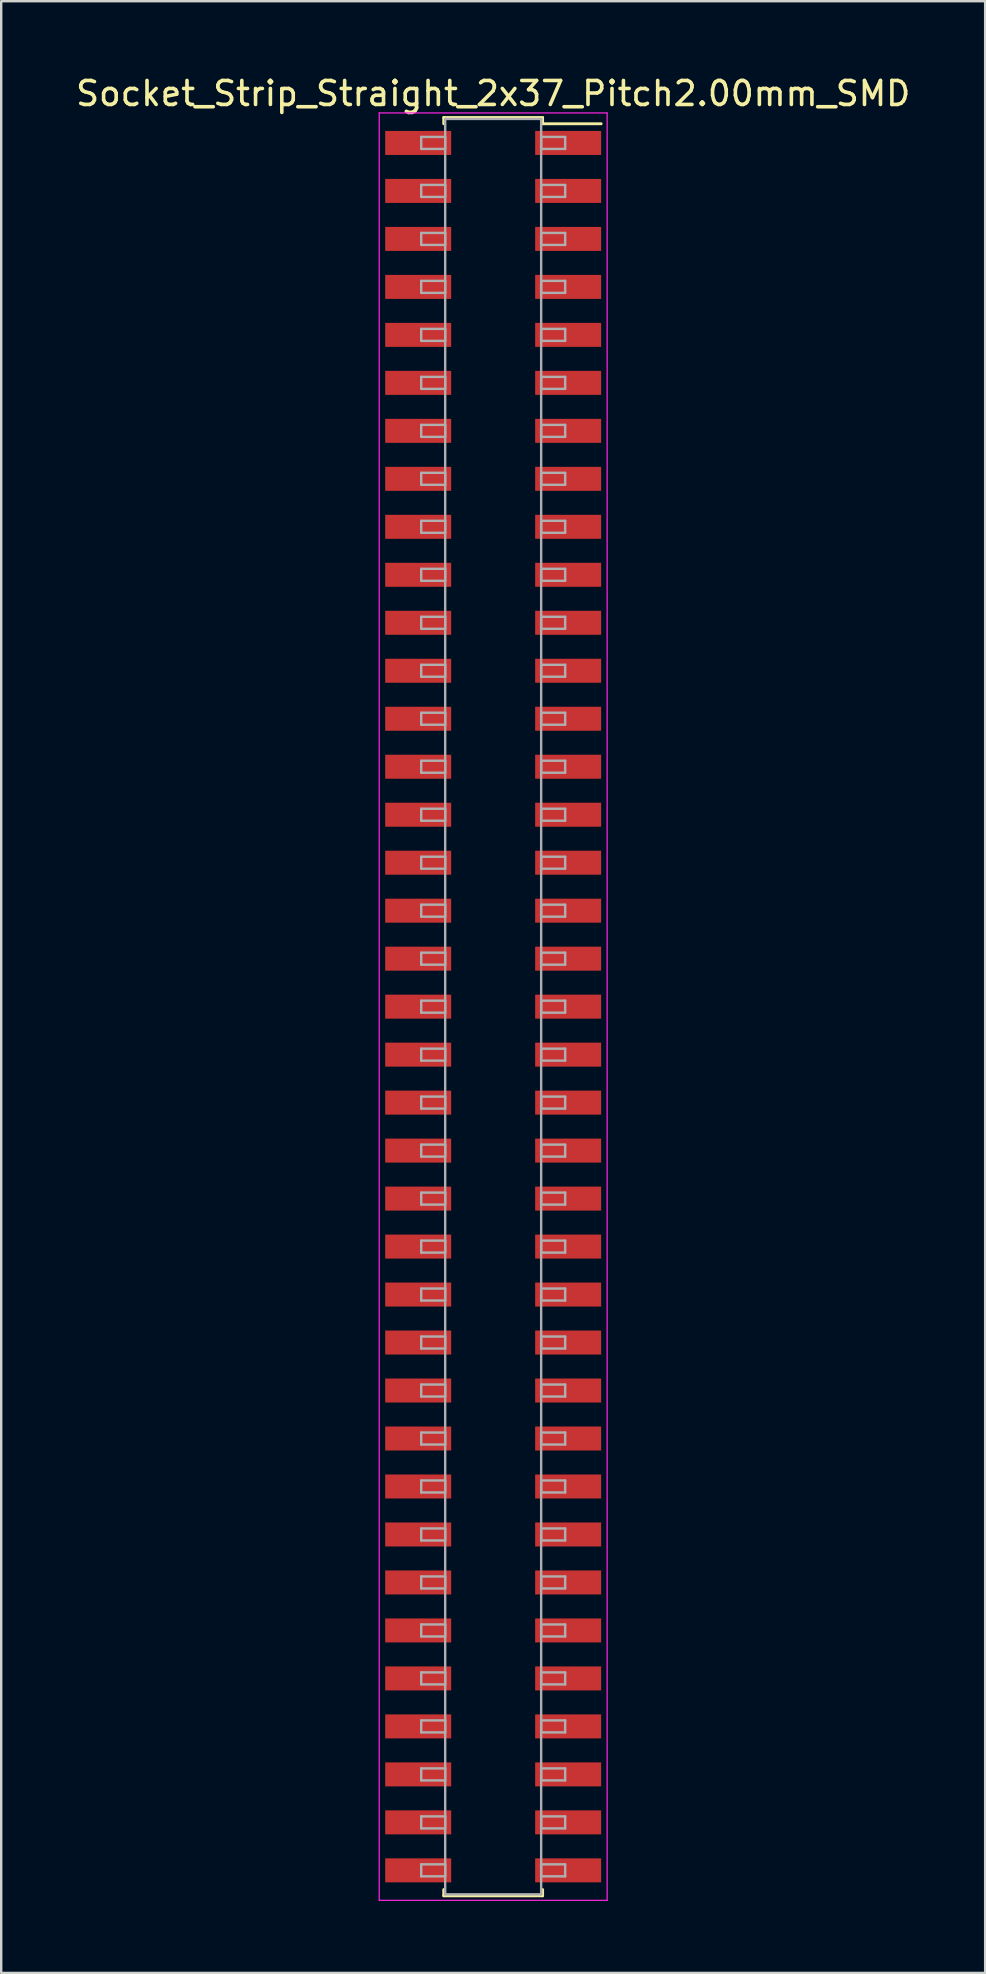
<source format=kicad_pcb>
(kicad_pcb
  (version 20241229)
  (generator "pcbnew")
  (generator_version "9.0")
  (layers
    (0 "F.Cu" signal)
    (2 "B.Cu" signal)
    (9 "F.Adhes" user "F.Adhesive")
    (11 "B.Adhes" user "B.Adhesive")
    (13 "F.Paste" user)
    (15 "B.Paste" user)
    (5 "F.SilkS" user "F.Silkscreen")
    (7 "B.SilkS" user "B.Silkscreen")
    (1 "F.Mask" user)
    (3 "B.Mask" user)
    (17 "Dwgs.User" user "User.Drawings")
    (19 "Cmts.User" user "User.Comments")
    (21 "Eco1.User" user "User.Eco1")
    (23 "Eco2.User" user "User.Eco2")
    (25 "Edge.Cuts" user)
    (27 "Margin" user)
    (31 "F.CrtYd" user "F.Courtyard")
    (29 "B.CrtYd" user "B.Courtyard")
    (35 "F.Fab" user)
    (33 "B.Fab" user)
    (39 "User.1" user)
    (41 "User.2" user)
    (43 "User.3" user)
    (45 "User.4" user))
  (footprint "Socket_Strip_Straight_2x37_Pitch2.00mm_SMD"
    (layer "F.Cu")
    (at 17.506 38.908)
    (property "Reference" "Socket_Strip_Straight_2x37_Pitch2.00mm_SMD" (at 0 -38.06 0) (layer "F.SilkS") (effects (font (size 1 1) (thickness 0.15))))
    (attr smd)
    (fp_line (start -2.06 -37.06) (end 2.06 -37.06) (stroke (width 0.12) (type solid)) (layer "F.SilkS"))
    (fp_line (start -2.06 -36.8) (end -2.06 -37.06) (stroke (width 0.12) (type solid)) (layer "F.SilkS"))
    (fp_line (start -2.06 36.8) (end -2.06 37.06) (stroke (width 0.12) (type solid)) (layer "F.SilkS"))
    (fp_line (start -2.06 37.06) (end 2.06 37.06) (stroke (width 0.12) (type solid)) (layer "F.SilkS"))
    (fp_line (start 2.06 -37.06) (end 2.06 -36.8) (stroke (width 0.12) (type solid)) (layer "F.SilkS"))
    (fp_line (start 2.06 37.06) (end 2.06 36.8) (stroke (width 0.12) (type solid)) (layer "F.SilkS"))
    (fp_line (start 4.5 -36.8) (end 2.06 -36.8) (stroke (width 0.12) (type solid)) (layer "F.SilkS"))
    (fp_line (start -4.75 -37.25) (end -4.75 37.25) (stroke (width 0.05) (type solid)) (layer "F.CrtYd"))
    (fp_line (start -4.75 37.25) (end 4.75 37.25) (stroke (width 0.05) (type solid)) (layer "F.CrtYd"))
    (fp_line (start 4.75 -37.25) (end -4.75 -37.25) (stroke (width 0.05) (type solid)) (layer "F.CrtYd"))
    (fp_line (start 4.75 37.25) (end 4.75 -37.25) (stroke (width 0.05) (type solid)) (layer "F.CrtYd"))
    (fp_line (start -3 -36.25) (end -2 -36.25) (stroke (width 0.1) (type solid)) (layer "F.Fab"))
    (fp_line (start -3 -35.75) (end -3 -36.25) (stroke (width 0.1) (type solid)) (layer "F.Fab"))
    (fp_line (start -3 -34.25) (end -2 -34.25) (stroke (width 0.1) (type solid)) (layer "F.Fab"))
    (fp_line (start -3 -33.75) (end -3 -34.25) (stroke (width 0.1) (type solid)) (layer "F.Fab"))
    (fp_line (start -3 -32.25) (end -2 -32.25) (stroke (width 0.1) (type solid)) (layer "F.Fab"))
    (fp_line (start -3 -31.75) (end -3 -32.25) (stroke (width 0.1) (type solid)) (layer "F.Fab"))
    (fp_line (start -3 -30.25) (end -2 -30.25) (stroke (width 0.1) (type solid)) (layer "F.Fab"))
    (fp_line (start -3 -29.75) (end -3 -30.25) (stroke (width 0.1) (type solid)) (layer "F.Fab"))
    (fp_line (start -3 -28.25) (end -2 -28.25) (stroke (width 0.1) (type solid)) (layer "F.Fab"))
    (fp_line (start -3 -27.75) (end -3 -28.25) (stroke (width 0.1) (type solid)) (layer "F.Fab"))
    (fp_line (start -3 -26.25) (end -2 -26.25) (stroke (width 0.1) (type solid)) (layer "F.Fab"))
    (fp_line (start -3 -25.75) (end -3 -26.25) (stroke (width 0.1) (type solid)) (layer "F.Fab"))
    (fp_line (start -3 -24.25) (end -2 -24.25) (stroke (width 0.1) (type solid)) (layer "F.Fab"))
    (fp_line (start -3 -23.75) (end -3 -24.25) (stroke (width 0.1) (type solid)) (layer "F.Fab"))
    (fp_line (start -3 -22.25) (end -2 -22.25) (stroke (width 0.1) (type solid)) (layer "F.Fab"))
    (fp_line (start -3 -21.75) (end -3 -22.25) (stroke (width 0.1) (type solid)) (layer "F.Fab"))
    (fp_line (start -3 -20.25) (end -2 -20.25) (stroke (width 0.1) (type solid)) (layer "F.Fab"))
    (fp_line (start -3 -19.75) (end -3 -20.25) (stroke (width 0.1) (type solid)) (layer "F.Fab"))
    (fp_line (start -3 -18.25) (end -2 -18.25) (stroke (width 0.1) (type solid)) (layer "F.Fab"))
    (fp_line (start -3 -17.75) (end -3 -18.25) (stroke (width 0.1) (type solid)) (layer "F.Fab"))
    (fp_line (start -3 -16.25) (end -2 -16.25) (stroke (width 0.1) (type solid)) (layer "F.Fab"))
    (fp_line (start -3 -15.75) (end -3 -16.25) (stroke (width 0.1) (type solid)) (layer "F.Fab"))
    (fp_line (start -3 -14.25) (end -2 -14.25) (stroke (width 0.1) (type solid)) (layer "F.Fab"))
    (fp_line (start -3 -13.75) (end -3 -14.25) (stroke (width 0.1) (type solid)) (layer "F.Fab"))
    (fp_line (start -3 -12.25) (end -2 -12.25) (stroke (width 0.1) (type solid)) (layer "F.Fab"))
    (fp_line (start -3 -11.75) (end -3 -12.25) (stroke (width 0.1) (type solid)) (layer "F.Fab"))
    (fp_line (start -3 -10.25) (end -2 -10.25) (stroke (width 0.1) (type solid)) (layer "F.Fab"))
    (fp_line (start -3 -9.75) (end -3 -10.25) (stroke (width 0.1) (type solid)) (layer "F.Fab"))
    (fp_line (start -3 -8.25) (end -2 -8.25) (stroke (width 0.1) (type solid)) (layer "F.Fab"))
    (fp_line (start -3 -7.75) (end -3 -8.25) (stroke (width 0.1) (type solid)) (layer "F.Fab"))
    (fp_line (start -3 -6.25) (end -2 -6.25) (stroke (width 0.1) (type solid)) (layer "F.Fab"))
    (fp_line (start -3 -5.75) (end -3 -6.25) (stroke (width 0.1) (type solid)) (layer "F.Fab"))
    (fp_line (start -3 -4.25) (end -2 -4.25) (stroke (width 0.1) (type solid)) (layer "F.Fab"))
    (fp_line (start -3 -3.75) (end -3 -4.25) (stroke (width 0.1) (type solid)) (layer "F.Fab"))
    (fp_line (start -3 -2.25) (end -2 -2.25) (stroke (width 0.1) (type solid)) (layer "F.Fab"))
    (fp_line (start -3 -1.75) (end -3 -2.25) (stroke (width 0.1) (type solid)) (layer "F.Fab"))
    (fp_line (start -3 -0.25) (end -2 -0.25) (stroke (width 0.1) (type solid)) (layer "F.Fab"))
    (fp_line (start -3 0.25) (end -3 -0.25) (stroke (width 0.1) (type solid)) (layer "F.Fab"))
    (fp_line (start -3 1.75) (end -2 1.75) (stroke (width 0.1) (type solid)) (layer "F.Fab"))
    (fp_line (start -3 2.25) (end -3 1.75) (stroke (width 0.1) (type solid)) (layer "F.Fab"))
    (fp_line (start -3 3.75) (end -2 3.75) (stroke (width 0.1) (type solid)) (layer "F.Fab"))
    (fp_line (start -3 4.25) (end -3 3.75) (stroke (width 0.1) (type solid)) (layer "F.Fab"))
    (fp_line (start -3 5.75) (end -2 5.75) (stroke (width 0.1) (type solid)) (layer "F.Fab"))
    (fp_line (start -3 6.25) (end -3 5.75) (stroke (width 0.1) (type solid)) (layer "F.Fab"))
    (fp_line (start -3 7.75) (end -2 7.75) (stroke (width 0.1) (type solid)) (layer "F.Fab"))
    (fp_line (start -3 8.25) (end -3 7.75) (stroke (width 0.1) (type solid)) (layer "F.Fab"))
    (fp_line (start -3 9.75) (end -2 9.75) (stroke (width 0.1) (type solid)) (layer "F.Fab"))
    (fp_line (start -3 10.25) (end -3 9.75) (stroke (width 0.1) (type solid)) (layer "F.Fab"))
    (fp_line (start -3 11.75) (end -2 11.75) (stroke (width 0.1) (type solid)) (layer "F.Fab"))
    (fp_line (start -3 12.25) (end -3 11.75) (stroke (width 0.1) (type solid)) (layer "F.Fab"))
    (fp_line (start -3 13.75) (end -2 13.75) (stroke (width 0.1) (type solid)) (layer "F.Fab"))
    (fp_line (start -3 14.25) (end -3 13.75) (stroke (width 0.1) (type solid)) (layer "F.Fab"))
    (fp_line (start -3 15.75) (end -2 15.75) (stroke (width 0.1) (type solid)) (layer "F.Fab"))
    (fp_line (start -3 16.25) (end -3 15.75) (stroke (width 0.1) (type solid)) (layer "F.Fab"))
    (fp_line (start -3 17.75) (end -2 17.75) (stroke (width 0.1) (type solid)) (layer "F.Fab"))
    (fp_line (start -3 18.25) (end -3 17.75) (stroke (width 0.1) (type solid)) (layer "F.Fab"))
    (fp_line (start -3 19.75) (end -2 19.75) (stroke (width 0.1) (type solid)) (layer "F.Fab"))
    (fp_line (start -3 20.25) (end -3 19.75) (stroke (width 0.1) (type solid)) (layer "F.Fab"))
    (fp_line (start -3 21.75) (end -2 21.75) (stroke (width 0.1) (type solid)) (layer "F.Fab"))
    (fp_line (start -3 22.25) (end -3 21.75) (stroke (width 0.1) (type solid)) (layer "F.Fab"))
    (fp_line (start -3 23.75) (end -2 23.75) (stroke (width 0.1) (type solid)) (layer "F.Fab"))
    (fp_line (start -3 24.25) (end -3 23.75) (stroke (width 0.1) (type solid)) (layer "F.Fab"))
    (fp_line (start -3 25.75) (end -2 25.75) (stroke (width 0.1) (type solid)) (layer "F.Fab"))
    (fp_line (start -3 26.25) (end -3 25.75) (stroke (width 0.1) (type solid)) (layer "F.Fab"))
    (fp_line (start -3 27.75) (end -2 27.75) (stroke (width 0.1) (type solid)) (layer "F.Fab"))
    (fp_line (start -3 28.25) (end -3 27.75) (stroke (width 0.1) (type solid)) (layer "F.Fab"))
    (fp_line (start -3 29.75) (end -2 29.75) (stroke (width 0.1) (type solid)) (layer "F.Fab"))
    (fp_line (start -3 30.25) (end -3 29.75) (stroke (width 0.1) (type solid)) (layer "F.Fab"))
    (fp_line (start -3 31.75) (end -2 31.75) (stroke (width 0.1) (type solid)) (layer "F.Fab"))
    (fp_line (start -3 32.25) (end -3 31.75) (stroke (width 0.1) (type solid)) (layer "F.Fab"))
    (fp_line (start -3 33.75) (end -2 33.75) (stroke (width 0.1) (type solid)) (layer "F.Fab"))
    (fp_line (start -3 34.25) (end -3 33.75) (stroke (width 0.1) (type solid)) (layer "F.Fab"))
    (fp_line (start -3 35.75) (end -2 35.75) (stroke (width 0.1) (type solid)) (layer "F.Fab"))
    (fp_line (start -3 36.25) (end -3 35.75) (stroke (width 0.1) (type solid)) (layer "F.Fab"))
    (fp_line (start -2 -37) (end -2 37) (stroke (width 0.1) (type solid)) (layer "F.Fab"))
    (fp_line (start -2 -36.25) (end -2 -35.75) (stroke (width 0.1) (type solid)) (layer "F.Fab"))
    (fp_line (start -2 -35.75) (end -3 -35.75) (stroke (width 0.1) (type solid)) (layer "F.Fab"))
    (fp_line (start -2 -34.25) (end -2 -33.75) (stroke (width 0.1) (type solid)) (layer "F.Fab"))
    (fp_line (start -2 -33.75) (end -3 -33.75) (stroke (width 0.1) (type solid)) (layer "F.Fab"))
    (fp_line (start -2 -32.25) (end -2 -31.75) (stroke (width 0.1) (type solid)) (layer "F.Fab"))
    (fp_line (start -2 -31.75) (end -3 -31.75) (stroke (width 0.1) (type solid)) (layer "F.Fab"))
    (fp_line (start -2 -30.25) (end -2 -29.75) (stroke (width 0.1) (type solid)) (layer "F.Fab"))
    (fp_line (start -2 -29.75) (end -3 -29.75) (stroke (width 0.1) (type solid)) (layer "F.Fab"))
    (fp_line (start -2 -28.25) (end -2 -27.75) (stroke (width 0.1) (type solid)) (layer "F.Fab"))
    (fp_line (start -2 -27.75) (end -3 -27.75) (stroke (width 0.1) (type solid)) (layer "F.Fab"))
    (fp_line (start -2 -26.25) (end -2 -25.75) (stroke (width 0.1) (type solid)) (layer "F.Fab"))
    (fp_line (start -2 -25.75) (end -3 -25.75) (stroke (width 0.1) (type solid)) (layer "F.Fab"))
    (fp_line (start -2 -24.25) (end -2 -23.75) (stroke (width 0.1) (type solid)) (layer "F.Fab"))
    (fp_line (start -2 -23.75) (end -3 -23.75) (stroke (width 0.1) (type solid)) (layer "F.Fab"))
    (fp_line (start -2 -22.25) (end -2 -21.75) (stroke (width 0.1) (type solid)) (layer "F.Fab"))
    (fp_line (start -2 -21.75) (end -3 -21.75) (stroke (width 0.1) (type solid)) (layer "F.Fab"))
    (fp_line (start -2 -20.25) (end -2 -19.75) (stroke (width 0.1) (type solid)) (layer "F.Fab"))
    (fp_line (start -2 -19.75) (end -3 -19.75) (stroke (width 0.1) (type solid)) (layer "F.Fab"))
    (fp_line (start -2 -18.25) (end -2 -17.75) (stroke (width 0.1) (type solid)) (layer "F.Fab"))
    (fp_line (start -2 -17.75) (end -3 -17.75) (stroke (width 0.1) (type solid)) (layer "F.Fab"))
    (fp_line (start -2 -16.25) (end -2 -15.75) (stroke (width 0.1) (type solid)) (layer "F.Fab"))
    (fp_line (start -2 -15.75) (end -3 -15.75) (stroke (width 0.1) (type solid)) (layer "F.Fab"))
    (fp_line (start -2 -14.25) (end -2 -13.75) (stroke (width 0.1) (type solid)) (layer "F.Fab"))
    (fp_line (start -2 -13.75) (end -3 -13.75) (stroke (width 0.1) (type solid)) (layer "F.Fab"))
    (fp_line (start -2 -12.25) (end -2 -11.75) (stroke (width 0.1) (type solid)) (layer "F.Fab"))
    (fp_line (start -2 -11.75) (end -3 -11.75) (stroke (width 0.1) (type solid)) (layer "F.Fab"))
    (fp_line (start -2 -10.25) (end -2 -9.75) (stroke (width 0.1) (type solid)) (layer "F.Fab"))
    (fp_line (start -2 -9.75) (end -3 -9.75) (stroke (width 0.1) (type solid)) (layer "F.Fab"))
    (fp_line (start -2 -8.25) (end -2 -7.75) (stroke (width 0.1) (type solid)) (layer "F.Fab"))
    (fp_line (start -2 -7.75) (end -3 -7.75) (stroke (width 0.1) (type solid)) (layer "F.Fab"))
    (fp_line (start -2 -6.25) (end -2 -5.75) (stroke (width 0.1) (type solid)) (layer "F.Fab"))
    (fp_line (start -2 -5.75) (end -3 -5.75) (stroke (width 0.1) (type solid)) (layer "F.Fab"))
    (fp_line (start -2 -4.25) (end -2 -3.75) (stroke (width 0.1) (type solid)) (layer "F.Fab"))
    (fp_line (start -2 -3.75) (end -3 -3.75) (stroke (width 0.1) (type solid)) (layer "F.Fab"))
    (fp_line (start -2 -2.25) (end -2 -1.75) (stroke (width 0.1) (type solid)) (layer "F.Fab"))
    (fp_line (start -2 -1.75) (end -3 -1.75) (stroke (width 0.1) (type solid)) (layer "F.Fab"))
    (fp_line (start -2 -0.25) (end -2 0.25) (stroke (width 0.1) (type solid)) (layer "F.Fab"))
    (fp_line (start -2 0.25) (end -3 0.25) (stroke (width 0.1) (type solid)) (layer "F.Fab"))
    (fp_line (start -2 1.75) (end -2 2.25) (stroke (width 0.1) (type solid)) (layer "F.Fab"))
    (fp_line (start -2 2.25) (end -3 2.25) (stroke (width 0.1) (type solid)) (layer "F.Fab"))
    (fp_line (start -2 3.75) (end -2 4.25) (stroke (width 0.1) (type solid)) (layer "F.Fab"))
    (fp_line (start -2 4.25) (end -3 4.25) (stroke (width 0.1) (type solid)) (layer "F.Fab"))
    (fp_line (start -2 5.75) (end -2 6.25) (stroke (width 0.1) (type solid)) (layer "F.Fab"))
    (fp_line (start -2 6.25) (end -3 6.25) (stroke (width 0.1) (type solid)) (layer "F.Fab"))
    (fp_line (start -2 7.75) (end -2 8.25) (stroke (width 0.1) (type solid)) (layer "F.Fab"))
    (fp_line (start -2 8.25) (end -3 8.25) (stroke (width 0.1) (type solid)) (layer "F.Fab"))
    (fp_line (start -2 9.75) (end -2 10.25) (stroke (width 0.1) (type solid)) (layer "F.Fab"))
    (fp_line (start -2 10.25) (end -3 10.25) (stroke (width 0.1) (type solid)) (layer "F.Fab"))
    (fp_line (start -2 11.75) (end -2 12.25) (stroke (width 0.1) (type solid)) (layer "F.Fab"))
    (fp_line (start -2 12.25) (end -3 12.25) (stroke (width 0.1) (type solid)) (layer "F.Fab"))
    (fp_line (start -2 13.75) (end -2 14.25) (stroke (width 0.1) (type solid)) (layer "F.Fab"))
    (fp_line (start -2 14.25) (end -3 14.25) (stroke (width 0.1) (type solid)) (layer "F.Fab"))
    (fp_line (start -2 15.75) (end -2 16.25) (stroke (width 0.1) (type solid)) (layer "F.Fab"))
    (fp_line (start -2 16.25) (end -3 16.25) (stroke (width 0.1) (type solid)) (layer "F.Fab"))
    (fp_line (start -2 17.75) (end -2 18.25) (stroke (width 0.1) (type solid)) (layer "F.Fab"))
    (fp_line (start -2 18.25) (end -3 18.25) (stroke (width 0.1) (type solid)) (layer "F.Fab"))
    (fp_line (start -2 19.75) (end -2 20.25) (stroke (width 0.1) (type solid)) (layer "F.Fab"))
    (fp_line (start -2 20.25) (end -3 20.25) (stroke (width 0.1) (type solid)) (layer "F.Fab"))
    (fp_line (start -2 21.75) (end -2 22.25) (stroke (width 0.1) (type solid)) (layer "F.Fab"))
    (fp_line (start -2 22.25) (end -3 22.25) (stroke (width 0.1) (type solid)) (layer "F.Fab"))
    (fp_line (start -2 23.75) (end -2 24.25) (stroke (width 0.1) (type solid)) (layer "F.Fab"))
    (fp_line (start -2 24.25) (end -3 24.25) (stroke (width 0.1) (type solid)) (layer "F.Fab"))
    (fp_line (start -2 25.75) (end -2 26.25) (stroke (width 0.1) (type solid)) (layer "F.Fab"))
    (fp_line (start -2 26.25) (end -3 26.25) (stroke (width 0.1) (type solid)) (layer "F.Fab"))
    (fp_line (start -2 27.75) (end -2 28.25) (stroke (width 0.1) (type solid)) (layer "F.Fab"))
    (fp_line (start -2 28.25) (end -3 28.25) (stroke (width 0.1) (type solid)) (layer "F.Fab"))
    (fp_line (start -2 29.75) (end -2 30.25) (stroke (width 0.1) (type solid)) (layer "F.Fab"))
    (fp_line (start -2 30.25) (end -3 30.25) (stroke (width 0.1) (type solid)) (layer "F.Fab"))
    (fp_line (start -2 31.75) (end -2 32.25) (stroke (width 0.1) (type solid)) (layer "F.Fab"))
    (fp_line (start -2 32.25) (end -3 32.25) (stroke (width 0.1) (type solid)) (layer "F.Fab"))
    (fp_line (start -2 33.75) (end -2 34.25) (stroke (width 0.1) (type solid)) (layer "F.Fab"))
    (fp_line (start -2 34.25) (end -3 34.25) (stroke (width 0.1) (type solid)) (layer "F.Fab"))
    (fp_line (start -2 35.75) (end -2 36.25) (stroke (width 0.1) (type solid)) (layer "F.Fab"))
    (fp_line (start -2 36.25) (end -3 36.25) (stroke (width 0.1) (type solid)) (layer "F.Fab"))
    (fp_line (start -2 37) (end 2 37) (stroke (width 0.1) (type solid)) (layer "F.Fab"))
    (fp_line (start 2 -37) (end -2 -37) (stroke (width 0.1) (type solid)) (layer "F.Fab"))
    (fp_line (start 2 -36.25) (end 2 -35.75) (stroke (width 0.1) (type solid)) (layer "F.Fab"))
    (fp_line (start 2 -35.75) (end 3 -35.75) (stroke (width 0.1) (type solid)) (layer "F.Fab"))
    (fp_line (start 2 -34.25) (end 2 -33.75) (stroke (width 0.1) (type solid)) (layer "F.Fab"))
    (fp_line (start 2 -33.75) (end 3 -33.75) (stroke (width 0.1) (type solid)) (layer "F.Fab"))
    (fp_line (start 2 -32.25) (end 2 -31.75) (stroke (width 0.1) (type solid)) (layer "F.Fab"))
    (fp_line (start 2 -31.75) (end 3 -31.75) (stroke (width 0.1) (type solid)) (layer "F.Fab"))
    (fp_line (start 2 -30.25) (end 2 -29.75) (stroke (width 0.1) (type solid)) (layer "F.Fab"))
    (fp_line (start 2 -29.75) (end 3 -29.75) (stroke (width 0.1) (type solid)) (layer "F.Fab"))
    (fp_line (start 2 -28.25) (end 2 -27.75) (stroke (width 0.1) (type solid)) (layer "F.Fab"))
    (fp_line (start 2 -27.75) (end 3 -27.75) (stroke (width 0.1) (type solid)) (layer "F.Fab"))
    (fp_line (start 2 -26.25) (end 2 -25.75) (stroke (width 0.1) (type solid)) (layer "F.Fab"))
    (fp_line (start 2 -25.75) (end 3 -25.75) (stroke (width 0.1) (type solid)) (layer "F.Fab"))
    (fp_line (start 2 -24.25) (end 2 -23.75) (stroke (width 0.1) (type solid)) (layer "F.Fab"))
    (fp_line (start 2 -23.75) (end 3 -23.75) (stroke (width 0.1) (type solid)) (layer "F.Fab"))
    (fp_line (start 2 -22.25) (end 2 -21.75) (stroke (width 0.1) (type solid)) (layer "F.Fab"))
    (fp_line (start 2 -21.75) (end 3 -21.75) (stroke (width 0.1) (type solid)) (layer "F.Fab"))
    (fp_line (start 2 -20.25) (end 2 -19.75) (stroke (width 0.1) (type solid)) (layer "F.Fab"))
    (fp_line (start 2 -19.75) (end 3 -19.75) (stroke (width 0.1) (type solid)) (layer "F.Fab"))
    (fp_line (start 2 -18.25) (end 2 -17.75) (stroke (width 0.1) (type solid)) (layer "F.Fab"))
    (fp_line (start 2 -17.75) (end 3 -17.75) (stroke (width 0.1) (type solid)) (layer "F.Fab"))
    (fp_line (start 2 -16.25) (end 2 -15.75) (stroke (width 0.1) (type solid)) (layer "F.Fab"))
    (fp_line (start 2 -15.75) (end 3 -15.75) (stroke (width 0.1) (type solid)) (layer "F.Fab"))
    (fp_line (start 2 -14.25) (end 2 -13.75) (stroke (width 0.1) (type solid)) (layer "F.Fab"))
    (fp_line (start 2 -13.75) (end 3 -13.75) (stroke (width 0.1) (type solid)) (layer "F.Fab"))
    (fp_line (start 2 -12.25) (end 2 -11.75) (stroke (width 0.1) (type solid)) (layer "F.Fab"))
    (fp_line (start 2 -11.75) (end 3 -11.75) (stroke (width 0.1) (type solid)) (layer "F.Fab"))
    (fp_line (start 2 -10.25) (end 2 -9.75) (stroke (width 0.1) (type solid)) (layer "F.Fab"))
    (fp_line (start 2 -9.75) (end 3 -9.75) (stroke (width 0.1) (type solid)) (layer "F.Fab"))
    (fp_line (start 2 -8.25) (end 2 -7.75) (stroke (width 0.1) (type solid)) (layer "F.Fab"))
    (fp_line (start 2 -7.75) (end 3 -7.75) (stroke (width 0.1) (type solid)) (layer "F.Fab"))
    (fp_line (start 2 -6.25) (end 2 -5.75) (stroke (width 0.1) (type solid)) (layer "F.Fab"))
    (fp_line (start 2 -5.75) (end 3 -5.75) (stroke (width 0.1) (type solid)) (layer "F.Fab"))
    (fp_line (start 2 -4.25) (end 2 -3.75) (stroke (width 0.1) (type solid)) (layer "F.Fab"))
    (fp_line (start 2 -3.75) (end 3 -3.75) (stroke (width 0.1) (type solid)) (layer "F.Fab"))
    (fp_line (start 2 -2.25) (end 2 -1.75) (stroke (width 0.1) (type solid)) (layer "F.Fab"))
    (fp_line (start 2 -1.75) (end 3 -1.75) (stroke (width 0.1) (type solid)) (layer "F.Fab"))
    (fp_line (start 2 -0.25) (end 2 0.25) (stroke (width 0.1) (type solid)) (layer "F.Fab"))
    (fp_line (start 2 0.25) (end 3 0.25) (stroke (width 0.1) (type solid)) (layer "F.Fab"))
    (fp_line (start 2 1.75) (end 2 2.25) (stroke (width 0.1) (type solid)) (layer "F.Fab"))
    (fp_line (start 2 2.25) (end 3 2.25) (stroke (width 0.1) (type solid)) (layer "F.Fab"))
    (fp_line (start 2 3.75) (end 2 4.25) (stroke (width 0.1) (type solid)) (layer "F.Fab"))
    (fp_line (start 2 4.25) (end 3 4.25) (stroke (width 0.1) (type solid)) (layer "F.Fab"))
    (fp_line (start 2 5.75) (end 2 6.25) (stroke (width 0.1) (type solid)) (layer "F.Fab"))
    (fp_line (start 2 6.25) (end 3 6.25) (stroke (width 0.1) (type solid)) (layer "F.Fab"))
    (fp_line (start 2 7.75) (end 2 8.25) (stroke (width 0.1) (type solid)) (layer "F.Fab"))
    (fp_line (start 2 8.25) (end 3 8.25) (stroke (width 0.1) (type solid)) (layer "F.Fab"))
    (fp_line (start 2 9.75) (end 2 10.25) (stroke (width 0.1) (type solid)) (layer "F.Fab"))
    (fp_line (start 2 10.25) (end 3 10.25) (stroke (width 0.1) (type solid)) (layer "F.Fab"))
    (fp_line (start 2 11.75) (end 2 12.25) (stroke (width 0.1) (type solid)) (layer "F.Fab"))
    (fp_line (start 2 12.25) (end 3 12.25) (stroke (width 0.1) (type solid)) (layer "F.Fab"))
    (fp_line (start 2 13.75) (end 2 14.25) (stroke (width 0.1) (type solid)) (layer "F.Fab"))
    (fp_line (start 2 14.25) (end 3 14.25) (stroke (width 0.1) (type solid)) (layer "F.Fab"))
    (fp_line (start 2 15.75) (end 2 16.25) (stroke (width 0.1) (type solid)) (layer "F.Fab"))
    (fp_line (start 2 16.25) (end 3 16.25) (stroke (width 0.1) (type solid)) (layer "F.Fab"))
    (fp_line (start 2 17.75) (end 2 18.25) (stroke (width 0.1) (type solid)) (layer "F.Fab"))
    (fp_line (start 2 18.25) (end 3 18.25) (stroke (width 0.1) (type solid)) (layer "F.Fab"))
    (fp_line (start 2 19.75) (end 2 20.25) (stroke (width 0.1) (type solid)) (layer "F.Fab"))
    (fp_line (start 2 20.25) (end 3 20.25) (stroke (width 0.1) (type solid)) (layer "F.Fab"))
    (fp_line (start 2 21.75) (end 2 22.25) (stroke (width 0.1) (type solid)) (layer "F.Fab"))
    (fp_line (start 2 22.25) (end 3 22.25) (stroke (width 0.1) (type solid)) (layer "F.Fab"))
    (fp_line (start 2 23.75) (end 2 24.25) (stroke (width 0.1) (type solid)) (layer "F.Fab"))
    (fp_line (start 2 24.25) (end 3 24.25) (stroke (width 0.1) (type solid)) (layer "F.Fab"))
    (fp_line (start 2 25.75) (end 2 26.25) (stroke (width 0.1) (type solid)) (layer "F.Fab"))
    (fp_line (start 2 26.25) (end 3 26.25) (stroke (width 0.1) (type solid)) (layer "F.Fab"))
    (fp_line (start 2 27.75) (end 2 28.25) (stroke (width 0.1) (type solid)) (layer "F.Fab"))
    (fp_line (start 2 28.25) (end 3 28.25) (stroke (width 0.1) (type solid)) (layer "F.Fab"))
    (fp_line (start 2 29.75) (end 2 30.25) (stroke (width 0.1) (type solid)) (layer "F.Fab"))
    (fp_line (start 2 30.25) (end 3 30.25) (stroke (width 0.1) (type solid)) (layer "F.Fab"))
    (fp_line (start 2 31.75) (end 2 32.25) (stroke (width 0.1) (type solid)) (layer "F.Fab"))
    (fp_line (start 2 32.25) (end 3 32.25) (stroke (width 0.1) (type solid)) (layer "F.Fab"))
    (fp_line (start 2 33.75) (end 2 34.25) (stroke (width 0.1) (type solid)) (layer "F.Fab"))
    (fp_line (start 2 34.25) (end 3 34.25) (stroke (width 0.1) (type solid)) (layer "F.Fab"))
    (fp_line (start 2 35.75) (end 2 36.25) (stroke (width 0.1) (type solid)) (layer "F.Fab"))
    (fp_line (start 2 36.25) (end 3 36.25) (stroke (width 0.1) (type solid)) (layer "F.Fab"))
    (fp_line (start 2 37) (end 2 -37) (stroke (width 0.1) (type solid)) (layer "F.Fab"))
    (fp_line (start 3 -36.25) (end 2 -36.25) (stroke (width 0.1) (type solid)) (layer "F.Fab"))
    (fp_line (start 3 -35.75) (end 3 -36.25) (stroke (width 0.1) (type solid)) (layer "F.Fab"))
    (fp_line (start 3 -34.25) (end 2 -34.25) (stroke (width 0.1) (type solid)) (layer "F.Fab"))
    (fp_line (start 3 -33.75) (end 3 -34.25) (stroke (width 0.1) (type solid)) (layer "F.Fab"))
    (fp_line (start 3 -32.25) (end 2 -32.25) (stroke (width 0.1) (type solid)) (layer "F.Fab"))
    (fp_line (start 3 -31.75) (end 3 -32.25) (stroke (width 0.1) (type solid)) (layer "F.Fab"))
    (fp_line (start 3 -30.25) (end 2 -30.25) (stroke (width 0.1) (type solid)) (layer "F.Fab"))
    (fp_line (start 3 -29.75) (end 3 -30.25) (stroke (width 0.1) (type solid)) (layer "F.Fab"))
    (fp_line (start 3 -28.25) (end 2 -28.25) (stroke (width 0.1) (type solid)) (layer "F.Fab"))
    (fp_line (start 3 -27.75) (end 3 -28.25) (stroke (width 0.1) (type solid)) (layer "F.Fab"))
    (fp_line (start 3 -26.25) (end 2 -26.25) (stroke (width 0.1) (type solid)) (layer "F.Fab"))
    (fp_line (start 3 -25.75) (end 3 -26.25) (stroke (width 0.1) (type solid)) (layer "F.Fab"))
    (fp_line (start 3 -24.25) (end 2 -24.25) (stroke (width 0.1) (type solid)) (layer "F.Fab"))
    (fp_line (start 3 -23.75) (end 3 -24.25) (stroke (width 0.1) (type solid)) (layer "F.Fab"))
    (fp_line (start 3 -22.25) (end 2 -22.25) (stroke (width 0.1) (type solid)) (layer "F.Fab"))
    (fp_line (start 3 -21.75) (end 3 -22.25) (stroke (width 0.1) (type solid)) (layer "F.Fab"))
    (fp_line (start 3 -20.25) (end 2 -20.25) (stroke (width 0.1) (type solid)) (layer "F.Fab"))
    (fp_line (start 3 -19.75) (end 3 -20.25) (stroke (width 0.1) (type solid)) (layer "F.Fab"))
    (fp_line (start 3 -18.25) (end 2 -18.25) (stroke (width 0.1) (type solid)) (layer "F.Fab"))
    (fp_line (start 3 -17.75) (end 3 -18.25) (stroke (width 0.1) (type solid)) (layer "F.Fab"))
    (fp_line (start 3 -16.25) (end 2 -16.25) (stroke (width 0.1) (type solid)) (layer "F.Fab"))
    (fp_line (start 3 -15.75) (end 3 -16.25) (stroke (width 0.1) (type solid)) (layer "F.Fab"))
    (fp_line (start 3 -14.25) (end 2 -14.25) (stroke (width 0.1) (type solid)) (layer "F.Fab"))
    (fp_line (start 3 -13.75) (end 3 -14.25) (stroke (width 0.1) (type solid)) (layer "F.Fab"))
    (fp_line (start 3 -12.25) (end 2 -12.25) (stroke (width 0.1) (type solid)) (layer "F.Fab"))
    (fp_line (start 3 -11.75) (end 3 -12.25) (stroke (width 0.1) (type solid)) (layer "F.Fab"))
    (fp_line (start 3 -10.25) (end 2 -10.25) (stroke (width 0.1) (type solid)) (layer "F.Fab"))
    (fp_line (start 3 -9.75) (end 3 -10.25) (stroke (width 0.1) (type solid)) (layer "F.Fab"))
    (fp_line (start 3 -8.25) (end 2 -8.25) (stroke (width 0.1) (type solid)) (layer "F.Fab"))
    (fp_line (start 3 -7.75) (end 3 -8.25) (stroke (width 0.1) (type solid)) (layer "F.Fab"))
    (fp_line (start 3 -6.25) (end 2 -6.25) (stroke (width 0.1) (type solid)) (layer "F.Fab"))
    (fp_line (start 3 -5.75) (end 3 -6.25) (stroke (width 0.1) (type solid)) (layer "F.Fab"))
    (fp_line (start 3 -4.25) (end 2 -4.25) (stroke (width 0.1) (type solid)) (layer "F.Fab"))
    (fp_line (start 3 -3.75) (end 3 -4.25) (stroke (width 0.1) (type solid)) (layer "F.Fab"))
    (fp_line (start 3 -2.25) (end 2 -2.25) (stroke (width 0.1) (type solid)) (layer "F.Fab"))
    (fp_line (start 3 -1.75) (end 3 -2.25) (stroke (width 0.1) (type solid)) (layer "F.Fab"))
    (fp_line (start 3 -0.25) (end 2 -0.25) (stroke (width 0.1) (type solid)) (layer "F.Fab"))
    (fp_line (start 3 0.25) (end 3 -0.25) (stroke (width 0.1) (type solid)) (layer "F.Fab"))
    (fp_line (start 3 1.75) (end 2 1.75) (stroke (width 0.1) (type solid)) (layer "F.Fab"))
    (fp_line (start 3 2.25) (end 3 1.75) (stroke (width 0.1) (type solid)) (layer "F.Fab"))
    (fp_line (start 3 3.75) (end 2 3.75) (stroke (width 0.1) (type solid)) (layer "F.Fab"))
    (fp_line (start 3 4.25) (end 3 3.75) (stroke (width 0.1) (type solid)) (layer "F.Fab"))
    (fp_line (start 3 5.75) (end 2 5.75) (stroke (width 0.1) (type solid)) (layer "F.Fab"))
    (fp_line (start 3 6.25) (end 3 5.75) (stroke (width 0.1) (type solid)) (layer "F.Fab"))
    (fp_line (start 3 7.75) (end 2 7.75) (stroke (width 0.1) (type solid)) (layer "F.Fab"))
    (fp_line (start 3 8.25) (end 3 7.75) (stroke (width 0.1) (type solid)) (layer "F.Fab"))
    (fp_line (start 3 9.75) (end 2 9.75) (stroke (width 0.1) (type solid)) (layer "F.Fab"))
    (fp_line (start 3 10.25) (end 3 9.75) (stroke (width 0.1) (type solid)) (layer "F.Fab"))
    (fp_line (start 3 11.75) (end 2 11.75) (stroke (width 0.1) (type solid)) (layer "F.Fab"))
    (fp_line (start 3 12.25) (end 3 11.75) (stroke (width 0.1) (type solid)) (layer "F.Fab"))
    (fp_line (start 3 13.75) (end 2 13.75) (stroke (width 0.1) (type solid)) (layer "F.Fab"))
    (fp_line (start 3 14.25) (end 3 13.75) (stroke (width 0.1) (type solid)) (layer "F.Fab"))
    (fp_line (start 3 15.75) (end 2 15.75) (stroke (width 0.1) (type solid)) (layer "F.Fab"))
    (fp_line (start 3 16.25) (end 3 15.75) (stroke (width 0.1) (type solid)) (layer "F.Fab"))
    (fp_line (start 3 17.75) (end 2 17.75) (stroke (width 0.1) (type solid)) (layer "F.Fab"))
    (fp_line (start 3 18.25) (end 3 17.75) (stroke (width 0.1) (type solid)) (layer "F.Fab"))
    (fp_line (start 3 19.75) (end 2 19.75) (stroke (width 0.1) (type solid)) (layer "F.Fab"))
    (fp_line (start 3 20.25) (end 3 19.75) (stroke (width 0.1) (type solid)) (layer "F.Fab"))
    (fp_line (start 3 21.75) (end 2 21.75) (stroke (width 0.1) (type solid)) (layer "F.Fab"))
    (fp_line (start 3 22.25) (end 3 21.75) (stroke (width 0.1) (type solid)) (layer "F.Fab"))
    (fp_line (start 3 23.75) (end 2 23.75) (stroke (width 0.1) (type solid)) (layer "F.Fab"))
    (fp_line (start 3 24.25) (end 3 23.75) (stroke (width 0.1) (type solid)) (layer "F.Fab"))
    (fp_line (start 3 25.75) (end 2 25.75) (stroke (width 0.1) (type solid)) (layer "F.Fab"))
    (fp_line (start 3 26.25) (end 3 25.75) (stroke (width 0.1) (type solid)) (layer "F.Fab"))
    (fp_line (start 3 27.75) (end 2 27.75) (stroke (width 0.1) (type solid)) (layer "F.Fab"))
    (fp_line (start 3 28.25) (end 3 27.75) (stroke (width 0.1) (type solid)) (layer "F.Fab"))
    (fp_line (start 3 29.75) (end 2 29.75) (stroke (width 0.1) (type solid)) (layer "F.Fab"))
    (fp_line (start 3 30.25) (end 3 29.75) (stroke (width 0.1) (type solid)) (layer "F.Fab"))
    (fp_line (start 3 31.75) (end 2 31.75) (stroke (width 0.1) (type solid)) (layer "F.Fab"))
    (fp_line (start 3 32.25) (end 3 31.75) (stroke (width 0.1) (type solid)) (layer "F.Fab"))
    (fp_line (start 3 33.75) (end 2 33.75) (stroke (width 0.1) (type solid)) (layer "F.Fab"))
    (fp_line (start 3 34.25) (end 3 33.75) (stroke (width 0.1) (type solid)) (layer "F.Fab"))
    (fp_line (start 3 35.75) (end 2 35.75) (stroke (width 0.1) (type solid)) (layer "F.Fab"))
    (fp_line (start 3 36.25) (end 3 35.75) (stroke (width 0.1) (type solid)) (layer "F.Fab"))
    (pad "1" smd rect (at 3.125 -36) (size 2.75 1) (layers "F.Cu" "F.Mask"))
    (pad "2" smd rect (at -3.125 -36) (size 2.75 1) (layers "F.Cu" "F.Mask"))
    (pad "3" smd rect (at 3.125 -34) (size 2.75 1) (layers "F.Cu" "F.Mask"))
    (pad "4" smd rect (at -3.125 -34) (size 2.75 1) (layers "F.Cu" "F.Mask"))
    (pad "5" smd rect (at 3.125 -32) (size 2.75 1) (layers "F.Cu" "F.Mask"))
    (pad "6" smd rect (at -3.125 -32) (size 2.75 1) (layers "F.Cu" "F.Mask"))
    (pad "7" smd rect (at 3.125 -30) (size 2.75 1) (layers "F.Cu" "F.Mask"))
    (pad "8" smd rect (at -3.125 -30) (size 2.75 1) (layers "F.Cu" "F.Mask"))
    (pad "9" smd rect (at 3.125 -28) (size 2.75 1) (layers "F.Cu" "F.Mask"))
    (pad "10" smd rect (at -3.125 -28) (size 2.75 1) (layers "F.Cu" "F.Mask"))
    (pad "11" smd rect (at 3.125 -26) (size 2.75 1) (layers "F.Cu" "F.Mask"))
    (pad "12" smd rect (at -3.125 -26) (size 2.75 1) (layers "F.Cu" "F.Mask"))
    (pad "13" smd rect (at 3.125 -24) (size 2.75 1) (layers "F.Cu" "F.Mask"))
    (pad "14" smd rect (at -3.125 -24) (size 2.75 1) (layers "F.Cu" "F.Mask"))
    (pad "15" smd rect (at 3.125 -22) (size 2.75 1) (layers "F.Cu" "F.Mask"))
    (pad "16" smd rect (at -3.125 -22) (size 2.75 1) (layers "F.Cu" "F.Mask"))
    (pad "17" smd rect (at 3.125 -20) (size 2.75 1) (layers "F.Cu" "F.Mask"))
    (pad "18" smd rect (at -3.125 -20) (size 2.75 1) (layers "F.Cu" "F.Mask"))
    (pad "19" smd rect (at 3.125 -18) (size 2.75 1) (layers "F.Cu" "F.Mask"))
    (pad "20" smd rect (at -3.125 -18) (size 2.75 1) (layers "F.Cu" "F.Mask"))
    (pad "21" smd rect (at 3.125 -16) (size 2.75 1) (layers "F.Cu" "F.Mask"))
    (pad "22" smd rect (at -3.125 -16) (size 2.75 1) (layers "F.Cu" "F.Mask"))
    (pad "23" smd rect (at 3.125 -14) (size 2.75 1) (layers "F.Cu" "F.Mask"))
    (pad "24" smd rect (at -3.125 -14) (size 2.75 1) (layers "F.Cu" "F.Mask"))
    (pad "25" smd rect (at 3.125 -12) (size 2.75 1) (layers "F.Cu" "F.Mask"))
    (pad "26" smd rect (at -3.125 -12) (size 2.75 1) (layers "F.Cu" "F.Mask"))
    (pad "27" smd rect (at 3.125 -10) (size 2.75 1) (layers "F.Cu" "F.Mask"))
    (pad "28" smd rect (at -3.125 -10) (size 2.75 1) (layers "F.Cu" "F.Mask"))
    (pad "29" smd rect (at 3.125 -8) (size 2.75 1) (layers "F.Cu" "F.Mask"))
    (pad "30" smd rect (at -3.125 -8) (size 2.75 1) (layers "F.Cu" "F.Mask"))
    (pad "31" smd rect (at 3.125 -6) (size 2.75 1) (layers "F.Cu" "F.Mask"))
    (pad "32" smd rect (at -3.125 -6) (size 2.75 1) (layers "F.Cu" "F.Mask"))
    (pad "33" smd rect (at 3.125 -4) (size 2.75 1) (layers "F.Cu" "F.Mask"))
    (pad "34" smd rect (at -3.125 -4) (size 2.75 1) (layers "F.Cu" "F.Mask"))
    (pad "35" smd rect (at 3.125 -2) (size 2.75 1) (layers "F.Cu" "F.Mask"))
    (pad "36" smd rect (at -3.125 -2) (size 2.75 1) (layers "F.Cu" "F.Mask"))
    (pad "37" smd rect (at 3.125 0) (size 2.75 1) (layers "F.Cu" "F.Mask"))
    (pad "38" smd rect (at -3.125 0) (size 2.75 1) (layers "F.Cu" "F.Mask"))
    (pad "39" smd rect (at 3.125 2) (size 2.75 1) (layers "F.Cu" "F.Mask"))
    (pad "40" smd rect (at -3.125 2) (size 2.75 1) (layers "F.Cu" "F.Mask"))
    (pad "41" smd rect (at 3.125 4) (size 2.75 1) (layers "F.Cu" "F.Mask"))
    (pad "42" smd rect (at -3.125 4) (size 2.75 1) (layers "F.Cu" "F.Mask"))
    (pad "43" smd rect (at 3.125 6) (size 2.75 1) (layers "F.Cu" "F.Mask"))
    (pad "44" smd rect (at -3.125 6) (size 2.75 1) (layers "F.Cu" "F.Mask"))
    (pad "45" smd rect (at 3.125 8) (size 2.75 1) (layers "F.Cu" "F.Mask"))
    (pad "46" smd rect (at -3.125 8) (size 2.75 1) (layers "F.Cu" "F.Mask"))
    (pad "47" smd rect (at 3.125 10) (size 2.75 1) (layers "F.Cu" "F.Mask"))
    (pad "48" smd rect (at -3.125 10) (size 2.75 1) (layers "F.Cu" "F.Mask"))
    (pad "49" smd rect (at 3.125 12) (size 2.75 1) (layers "F.Cu" "F.Mask"))
    (pad "50" smd rect (at -3.125 12) (size 2.75 1) (layers "F.Cu" "F.Mask"))
    (pad "51" smd rect (at 3.125 14) (size 2.75 1) (layers "F.Cu" "F.Mask"))
    (pad "52" smd rect (at -3.125 14) (size 2.75 1) (layers "F.Cu" "F.Mask"))
    (pad "53" smd rect (at 3.125 16) (size 2.75 1) (layers "F.Cu" "F.Mask"))
    (pad "54" smd rect (at -3.125 16) (size 2.75 1) (layers "F.Cu" "F.Mask"))
    (pad "55" smd rect (at 3.125 18) (size 2.75 1) (layers "F.Cu" "F.Mask"))
    (pad "56" smd rect (at -3.125 18) (size 2.75 1) (layers "F.Cu" "F.Mask"))
    (pad "57" smd rect (at 3.125 20) (size 2.75 1) (layers "F.Cu" "F.Mask"))
    (pad "58" smd rect (at -3.125 20) (size 2.75 1) (layers "F.Cu" "F.Mask"))
    (pad "59" smd rect (at 3.125 22) (size 2.75 1) (layers "F.Cu" "F.Mask"))
    (pad "60" smd rect (at -3.125 22) (size 2.75 1) (layers "F.Cu" "F.Mask"))
    (pad "61" smd rect (at 3.125 24) (size 2.75 1) (layers "F.Cu" "F.Mask"))
    (pad "62" smd rect (at -3.125 24) (size 2.75 1) (layers "F.Cu" "F.Mask"))
    (pad "63" smd rect (at 3.125 26) (size 2.75 1) (layers "F.Cu" "F.Mask"))
    (pad "64" smd rect (at -3.125 26) (size 2.75 1) (layers "F.Cu" "F.Mask"))
    (pad "65" smd rect (at 3.125 28) (size 2.75 1) (layers "F.Cu" "F.Mask"))
    (pad "66" smd rect (at -3.125 28) (size 2.75 1) (layers "F.Cu" "F.Mask"))
    (pad "67" smd rect (at 3.125 30) (size 2.75 1) (layers "F.Cu" "F.Mask"))
    (pad "68" smd rect (at -3.125 30) (size 2.75 1) (layers "F.Cu" "F.Mask"))
    (pad "69" smd rect (at 3.125 32) (size 2.75 1) (layers "F.Cu" "F.Mask"))
    (pad "70" smd rect (at -3.125 32) (size 2.75 1) (layers "F.Cu" "F.Mask"))
    (pad "71" smd rect (at 3.125 34) (size 2.75 1) (layers "F.Cu" "F.Mask"))
    (pad "72" smd rect (at -3.125 34) (size 2.75 1) (layers "F.Cu" "F.Mask"))
    (pad "73" smd rect (at 3.125 36) (size 2.75 1) (layers "F.Cu" "F.Mask"))
    (pad "74" smd rect (at -3.125 36) (size 2.75 1) (layers "F.Cu" "F.Mask")))
  (gr_rect
    (start -3 -3)
    (end 38.012 79.183)
    (stroke (width 0.1) (type default))
    (fill no)
    (layer "Edge.Cuts")))
</source>
